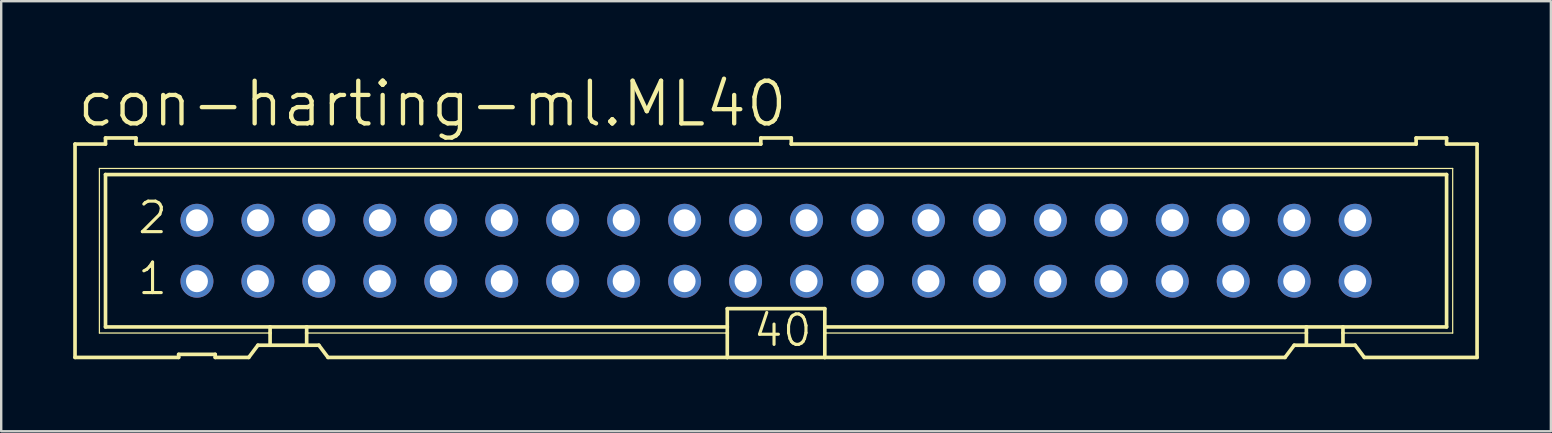
<source format=kicad_pcb>
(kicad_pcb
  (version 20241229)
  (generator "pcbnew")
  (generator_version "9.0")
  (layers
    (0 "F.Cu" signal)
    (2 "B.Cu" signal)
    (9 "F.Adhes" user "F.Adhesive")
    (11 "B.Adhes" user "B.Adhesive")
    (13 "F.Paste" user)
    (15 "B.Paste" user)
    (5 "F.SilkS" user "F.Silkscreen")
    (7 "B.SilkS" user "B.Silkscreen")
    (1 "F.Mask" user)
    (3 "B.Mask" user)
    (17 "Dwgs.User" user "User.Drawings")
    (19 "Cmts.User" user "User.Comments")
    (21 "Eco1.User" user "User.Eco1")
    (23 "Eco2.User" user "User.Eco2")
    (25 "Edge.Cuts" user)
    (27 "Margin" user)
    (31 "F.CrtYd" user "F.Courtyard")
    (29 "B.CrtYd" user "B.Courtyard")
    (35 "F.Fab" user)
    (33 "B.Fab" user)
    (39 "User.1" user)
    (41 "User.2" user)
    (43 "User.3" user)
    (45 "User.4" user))
  (footprint "con-harting-ml.ML40"
    (layer "F.Cu")
    (at 29.286 7.398)
    (property "Reference" "con-harting-ml.ML40" (at -29.21 -5.08 0) (layer "F.SilkS") (effects (font (size 1.778 1.778) (thickness 0.18)) (justify left bottom)))
    (attr through_hole)
    (fp_line (start -29.21 -4.445) (end -29.21 4.445) (stroke (width 0.152) (type default)) (layer "F.SilkS"))
    (fp_line (start -29.21 -4.445) (end -27.94 -4.445) (stroke (width 0.152) (type default)) (layer "F.SilkS"))
    (fp_line (start -29.21 4.445) (end -24.892 4.445) (stroke (width 0.152) (type default)) (layer "F.SilkS"))
    (fp_line (start -28.194 -3.429) (end -28.194 3.429) (stroke (width 0.051) (type default)) (layer "F.SilkS"))
    (fp_line (start -28.194 3.429) (end -21.082 3.429) (stroke (width 0.051) (type default)) (layer "F.SilkS"))
    (fp_line (start -27.94 -4.699) (end -27.94 -4.445) (stroke (width 0.152) (type default)) (layer "F.SilkS"))
    (fp_line (start -27.94 -3.175) (end -27.94 3.175) (stroke (width 0.152) (type default)) (layer "F.SilkS"))
    (fp_line (start -27.94 -3.175) (end 27.94 -3.175) (stroke (width 0.152) (type default)) (layer "F.SilkS"))
    (fp_line (start -26.67 -4.699) (end -27.94 -4.699) (stroke (width 0.152) (type default)) (layer "F.SilkS"))
    (fp_line (start -26.67 -4.699) (end -26.67 -4.445) (stroke (width 0.152) (type default)) (layer "F.SilkS"))
    (fp_line (start -26.67 -4.445) (end -0.635 -4.445) (stroke (width 0.152) (type default)) (layer "F.SilkS"))
    (fp_line (start -24.892 4.318) (end -24.892 4.445) (stroke (width 0.152) (type default)) (layer "F.SilkS"))
    (fp_line (start -24.892 4.318) (end -23.368 4.318) (stroke (width 0.152) (type default)) (layer "F.SilkS"))
    (fp_line (start -23.368 4.445) (end -23.368 4.318) (stroke (width 0.152) (type default)) (layer "F.SilkS"))
    (fp_line (start -23.368 4.445) (end -21.971 4.445) (stroke (width 0.152) (type default)) (layer "F.SilkS"))
    (fp_line (start -21.971 4.445) (end -21.59 3.937) (stroke (width 0.152) (type default)) (layer "F.SilkS"))
    (fp_line (start -21.082 3.175) (end -27.94 3.175) (stroke (width 0.152) (type default)) (layer "F.SilkS"))
    (fp_line (start -21.082 3.175) (end -21.082 3.429) (stroke (width 0.152) (type default)) (layer "F.SilkS"))
    (fp_line (start -21.082 3.429) (end -21.082 3.937) (stroke (width 0.152) (type default)) (layer "F.SilkS"))
    (fp_line (start -21.082 3.937) (end -21.59 3.937) (stroke (width 0.152) (type default)) (layer "F.SilkS"))
    (fp_line (start -19.558 3.175) (end -21.082 3.175) (stroke (width 0.152) (type default)) (layer "F.SilkS"))
    (fp_line (start -19.558 3.175) (end -19.558 3.429) (stroke (width 0.152) (type default)) (layer "F.SilkS"))
    (fp_line (start -19.558 3.429) (end -19.558 3.937) (stroke (width 0.152) (type default)) (layer "F.SilkS"))
    (fp_line (start -19.558 3.429) (end -2.032 3.429) (stroke (width 0.051) (type default)) (layer "F.SilkS"))
    (fp_line (start -19.558 3.937) (end -21.082 3.937) (stroke (width 0.152) (type default)) (layer "F.SilkS"))
    (fp_line (start -19.05 3.937) (end -19.558 3.937) (stroke (width 0.152) (type default)) (layer "F.SilkS"))
    (fp_line (start -19.05 3.937) (end -18.669 4.445) (stroke (width 0.152) (type default)) (layer "F.SilkS"))
    (fp_line (start -18.669 4.445) (end -2.032 4.445) (stroke (width 0.152) (type default)) (layer "F.SilkS"))
    (fp_line (start -2.032 3.175) (end -19.558 3.175) (stroke (width 0.152) (type default)) (layer "F.SilkS"))
    (fp_line (start -2.032 3.175) (end -2.032 2.413) (stroke (width 0.152) (type default)) (layer "F.SilkS"))
    (fp_line (start -2.032 3.175) (end -2.032 3.429) (stroke (width 0.152) (type default)) (layer "F.SilkS"))
    (fp_line (start -2.032 3.429) (end -2.032 4.445) (stroke (width 0.152) (type default)) (layer "F.SilkS"))
    (fp_line (start -0.635 -4.699) (end -0.635 -4.445) (stroke (width 0.152) (type default)) (layer "F.SilkS"))
    (fp_line (start 0.635 -4.699) (end -0.635 -4.699) (stroke (width 0.152) (type default)) (layer "F.SilkS"))
    (fp_line (start 0.635 -4.699) (end 0.635 -4.445) (stroke (width 0.152) (type default)) (layer "F.SilkS"))
    (fp_line (start 0.635 -4.445) (end 26.67 -4.445) (stroke (width 0.152) (type default)) (layer "F.SilkS"))
    (fp_line (start 2.032 2.413) (end -2.032 2.413) (stroke (width 0.152) (type default)) (layer "F.SilkS"))
    (fp_line (start 2.032 2.413) (end 2.032 3.175) (stroke (width 0.152) (type default)) (layer "F.SilkS"))
    (fp_line (start 2.032 3.175) (end 2.032 3.429) (stroke (width 0.152) (type default)) (layer "F.SilkS"))
    (fp_line (start 2.032 3.429) (end 2.032 4.445) (stroke (width 0.152) (type default)) (layer "F.SilkS"))
    (fp_line (start 2.032 4.445) (end -2.032 4.445) (stroke (width 0.152) (type default)) (layer "F.SilkS"))
    (fp_line (start 21.209 4.445) (end 2.032 4.445) (stroke (width 0.152) (type default)) (layer "F.SilkS"))
    (fp_line (start 21.209 4.445) (end 21.59 3.937) (stroke (width 0.152) (type default)) (layer "F.SilkS"))
    (fp_line (start 22.098 3.175) (end 2.032 3.175) (stroke (width 0.152) (type default)) (layer "F.SilkS"))
    (fp_line (start 22.098 3.175) (end 22.098 3.429) (stroke (width 0.152) (type default)) (layer "F.SilkS"))
    (fp_line (start 22.098 3.429) (end 2.032 3.429) (stroke (width 0.051) (type default)) (layer "F.SilkS"))
    (fp_line (start 22.098 3.429) (end 22.098 3.937) (stroke (width 0.152) (type default)) (layer "F.SilkS"))
    (fp_line (start 22.098 3.937) (end 21.59 3.937) (stroke (width 0.152) (type default)) (layer "F.SilkS"))
    (fp_line (start 23.622 3.175) (end 22.098 3.175) (stroke (width 0.152) (type default)) (layer "F.SilkS"))
    (fp_line (start 23.622 3.175) (end 23.622 3.429) (stroke (width 0.152) (type default)) (layer "F.SilkS"))
    (fp_line (start 23.622 3.429) (end 23.622 3.937) (stroke (width 0.152) (type default)) (layer "F.SilkS"))
    (fp_line (start 23.622 3.429) (end 28.194 3.429) (stroke (width 0.051) (type default)) (layer "F.SilkS"))
    (fp_line (start 23.622 3.937) (end 22.098 3.937) (stroke (width 0.152) (type default)) (layer "F.SilkS"))
    (fp_line (start 24.13 3.937) (end 23.622 3.937) (stroke (width 0.152) (type default)) (layer "F.SilkS"))
    (fp_line (start 24.13 3.937) (end 24.511 4.445) (stroke (width 0.152) (type default)) (layer "F.SilkS"))
    (fp_line (start 26.67 -4.445) (end 26.67 -4.699) (stroke (width 0.152) (type default)) (layer "F.SilkS"))
    (fp_line (start 27.94 -4.699) (end 26.67 -4.699) (stroke (width 0.152) (type default)) (layer "F.SilkS"))
    (fp_line (start 27.94 -4.445) (end 27.94 -4.699) (stroke (width 0.152) (type default)) (layer "F.SilkS"))
    (fp_line (start 27.94 -4.445) (end 29.21 -4.445) (stroke (width 0.152) (type default)) (layer "F.SilkS"))
    (fp_line (start 27.94 3.175) (end 23.622 3.175) (stroke (width 0.152) (type default)) (layer "F.SilkS"))
    (fp_line (start 27.94 3.175) (end 27.94 -3.175) (stroke (width 0.152) (type default)) (layer "F.SilkS"))
    (fp_line (start 28.194 -3.429) (end -28.194 -3.429) (stroke (width 0.051) (type default)) (layer "F.SilkS"))
    (fp_line (start 28.194 3.429) (end 28.194 -3.429) (stroke (width 0.051) (type default)) (layer "F.SilkS"))
    (fp_line (start 29.21 4.445) (end 24.511 4.445) (stroke (width 0.152) (type default)) (layer "F.SilkS"))
    (fp_line (start 29.21 4.445) (end 29.21 -4.445) (stroke (width 0.152) (type default)) (layer "F.SilkS"))
    (fp_rect (start -24.384 -1.016) (end -23.876 -1.524) (stroke (width 0.05) (type default)) (fill no) (layer "F.Fab"))
    (fp_rect (start -24.384 1.524) (end -23.876 1.016) (stroke (width 0.05) (type default)) (fill no) (layer "F.Fab"))
    (fp_rect (start -21.844 -1.016) (end -21.336 -1.524) (stroke (width 0.05) (type default)) (fill no) (layer "F.Fab"))
    (fp_rect (start -21.844 1.524) (end -21.336 1.016) (stroke (width 0.05) (type default)) (fill no) (layer "F.Fab"))
    (fp_rect (start -19.304 -1.016) (end -18.796 -1.524) (stroke (width 0.05) (type default)) (fill no) (layer "F.Fab"))
    (fp_rect (start -19.304 1.524) (end -18.796 1.016) (stroke (width 0.05) (type default)) (fill no) (layer "F.Fab"))
    (fp_rect (start -16.764 -1.016) (end -16.256 -1.524) (stroke (width 0.05) (type default)) (fill no) (layer "F.Fab"))
    (fp_rect (start -16.764 1.524) (end -16.256 1.016) (stroke (width 0.05) (type default)) (fill no) (layer "F.Fab"))
    (fp_rect (start -14.224 -1.016) (end -13.716 -1.524) (stroke (width 0.05) (type default)) (fill no) (layer "F.Fab"))
    (fp_rect (start -14.224 1.524) (end -13.716 1.016) (stroke (width 0.05) (type default)) (fill no) (layer "F.Fab"))
    (fp_rect (start -11.684 -1.016) (end -11.176 -1.524) (stroke (width 0.05) (type default)) (fill no) (layer "F.Fab"))
    (fp_rect (start -11.684 1.524) (end -11.176 1.016) (stroke (width 0.05) (type default)) (fill no) (layer "F.Fab"))
    (fp_rect (start -9.144 -1.016) (end -8.636 -1.524) (stroke (width 0.05) (type default)) (fill no) (layer "F.Fab"))
    (fp_rect (start -9.144 1.524) (end -8.636 1.016) (stroke (width 0.05) (type default)) (fill no) (layer "F.Fab"))
    (fp_rect (start -6.604 -1.016) (end -6.096 -1.524) (stroke (width 0.05) (type default)) (fill no) (layer "F.Fab"))
    (fp_rect (start -6.604 1.524) (end -6.096 1.016) (stroke (width 0.05) (type default)) (fill no) (layer "F.Fab"))
    (fp_rect (start -4.064 -1.016) (end -3.556 -1.524) (stroke (width 0.05) (type default)) (fill no) (layer "F.Fab"))
    (fp_rect (start -4.064 1.524) (end -3.556 1.016) (stroke (width 0.05) (type default)) (fill no) (layer "F.Fab"))
    (fp_rect (start -1.524 -1.016) (end -1.016 -1.524) (stroke (width 0.05) (type default)) (fill no) (layer "F.Fab"))
    (fp_rect (start -1.524 1.524) (end -1.016 1.016) (stroke (width 0.05) (type default)) (fill no) (layer "F.Fab"))
    (fp_rect (start 1.016 -1.016) (end 1.524 -1.524) (stroke (width 0.05) (type default)) (fill no) (layer "F.Fab"))
    (fp_rect (start 1.016 1.524) (end 1.524 1.016) (stroke (width 0.05) (type default)) (fill no) (layer "F.Fab"))
    (fp_rect (start 3.556 -1.016) (end 4.064 -1.524) (stroke (width 0.05) (type default)) (fill no) (layer "F.Fab"))
    (fp_rect (start 3.556 1.524) (end 4.064 1.016) (stroke (width 0.05) (type default)) (fill no) (layer "F.Fab"))
    (fp_rect (start 6.096 -1.016) (end 6.604 -1.524) (stroke (width 0.05) (type default)) (fill no) (layer "F.Fab"))
    (fp_rect (start 6.096 1.524) (end 6.604 1.016) (stroke (width 0.05) (type default)) (fill no) (layer "F.Fab"))
    (fp_rect (start 8.636 -1.016) (end 9.144 -1.524) (stroke (width 0.05) (type default)) (fill no) (layer "F.Fab"))
    (fp_rect (start 8.636 1.524) (end 9.144 1.016) (stroke (width 0.05) (type default)) (fill no) (layer "F.Fab"))
    (fp_rect (start 11.176 -1.016) (end 11.684 -1.524) (stroke (width 0.05) (type default)) (fill no) (layer "F.Fab"))
    (fp_rect (start 11.176 1.524) (end 11.684 1.016) (stroke (width 0.05) (type default)) (fill no) (layer "F.Fab"))
    (fp_rect (start 13.716 -1.016) (end 14.224 -1.524) (stroke (width 0.05) (type default)) (fill no) (layer "F.Fab"))
    (fp_rect (start 13.716 1.524) (end 14.224 1.016) (stroke (width 0.05) (type default)) (fill no) (layer "F.Fab"))
    (fp_rect (start 16.256 -1.016) (end 16.764 -1.524) (stroke (width 0.05) (type default)) (fill no) (layer "F.Fab"))
    (fp_rect (start 16.256 1.524) (end 16.764 1.016) (stroke (width 0.05) (type default)) (fill no) (layer "F.Fab"))
    (fp_rect (start 18.796 -1.016) (end 19.304 -1.524) (stroke (width 0.05) (type default)) (fill no) (layer "F.Fab"))
    (fp_rect (start 18.796 1.524) (end 19.304 1.016) (stroke (width 0.05) (type default)) (fill no) (layer "F.Fab"))
    (fp_rect (start 21.336 -1.016) (end 21.844 -1.524) (stroke (width 0.05) (type default)) (fill no) (layer "F.Fab"))
    (fp_rect (start 21.336 1.524) (end 21.844 1.016) (stroke (width 0.05) (type default)) (fill no) (layer "F.Fab"))
    (fp_rect (start 23.876 -1.016) (end 24.384 -1.524) (stroke (width 0.05) (type default)) (fill no) (layer "F.Fab"))
    (fp_rect (start 23.876 1.524) (end 24.384 1.016) (stroke (width 0.05) (type default)) (fill no) (layer "F.Fab"))
    (fp_text user "2" (at -26.67 -0.635 0) (layer "F.SilkS") (effects (font (size 1.27 1.27) (thickness 0.13)) (justify left bottom)))
    (fp_text user "40" (at -1.016 4.064 0) (layer "F.SilkS") (effects (font (size 1.27 1.27) (thickness 0.13)) (justify left bottom)))
    (fp_text user "1" (at -26.67 1.905 0) (layer "F.SilkS") (effects (font (size 1.27 1.27) (thickness 0.13)) (justify left bottom)))
    (pad "1" thru_hole circle (at -24.13 1.27) (size 1.372 1.372) (drill 0.914) (layers "*.Cu" "*.Mask"))
    (pad "2" thru_hole circle (at -24.13 -1.27) (size 1.372 1.372) (drill 0.914) (layers "*.Cu" "*.Mask"))
    (pad "3" thru_hole circle (at -21.59 1.27) (size 1.372 1.372) (drill 0.914) (layers "*.Cu" "*.Mask"))
    (pad "4" thru_hole circle (at -21.59 -1.27) (size 1.372 1.372) (drill 0.914) (layers "*.Cu" "*.Mask"))
    (pad "5" thru_hole circle (at -19.05 1.27) (size 1.372 1.372) (drill 0.914) (layers "*.Cu" "*.Mask"))
    (pad "6" thru_hole circle (at -19.05 -1.27) (size 1.372 1.372) (drill 0.914) (layers "*.Cu" "*.Mask"))
    (pad "7" thru_hole circle (at -16.51 1.27) (size 1.372 1.372) (drill 0.914) (layers "*.Cu" "*.Mask"))
    (pad "8" thru_hole circle (at -16.51 -1.27) (size 1.372 1.372) (drill 0.914) (layers "*.Cu" "*.Mask"))
    (pad "9" thru_hole circle (at -13.97 1.27) (size 1.372 1.372) (drill 0.914) (layers "*.Cu" "*.Mask"))
    (pad "10" thru_hole circle (at -13.97 -1.27) (size 1.372 1.372) (drill 0.914) (layers "*.Cu" "*.Mask"))
    (pad "11" thru_hole circle (at -11.43 1.27) (size 1.372 1.372) (drill 0.914) (layers "*.Cu" "*.Mask"))
    (pad "12" thru_hole circle (at -11.43 -1.27) (size 1.372 1.372) (drill 0.914) (layers "*.Cu" "*.Mask"))
    (pad "13" thru_hole circle (at -8.89 1.27) (size 1.372 1.372) (drill 0.914) (layers "*.Cu" "*.Mask"))
    (pad "14" thru_hole circle (at -8.89 -1.27) (size 1.372 1.372) (drill 0.914) (layers "*.Cu" "*.Mask"))
    (pad "15" thru_hole circle (at -6.35 1.27) (size 1.372 1.372) (drill 0.914) (layers "*.Cu" "*.Mask"))
    (pad "16" thru_hole circle (at -6.35 -1.27) (size 1.372 1.372) (drill 0.914) (layers "*.Cu" "*.Mask"))
    (pad "17" thru_hole circle (at -3.81 1.27) (size 1.372 1.372) (drill 0.914) (layers "*.Cu" "*.Mask"))
    (pad "18" thru_hole circle (at -3.81 -1.27) (size 1.372 1.372) (drill 0.914) (layers "*.Cu" "*.Mask"))
    (pad "19" thru_hole circle (at -1.27 1.27) (size 1.372 1.372) (drill 0.914) (layers "*.Cu" "*.Mask"))
    (pad "20" thru_hole circle (at -1.27 -1.27) (size 1.372 1.372) (drill 0.914) (layers "*.Cu" "*.Mask"))
    (pad "21" thru_hole circle (at 1.27 1.27) (size 1.372 1.372) (drill 0.914) (layers "*.Cu" "*.Mask"))
    (pad "22" thru_hole circle (at 1.27 -1.27) (size 1.372 1.372) (drill 0.914) (layers "*.Cu" "*.Mask"))
    (pad "23" thru_hole circle (at 3.81 1.27) (size 1.372 1.372) (drill 0.914) (layers "*.Cu" "*.Mask"))
    (pad "24" thru_hole circle (at 3.81 -1.27) (size 1.372 1.372) (drill 0.914) (layers "*.Cu" "*.Mask"))
    (pad "25" thru_hole circle (at 6.35 1.27) (size 1.372 1.372) (drill 0.914) (layers "*.Cu" "*.Mask"))
    (pad "26" thru_hole circle (at 6.35 -1.27) (size 1.372 1.372) (drill 0.914) (layers "*.Cu" "*.Mask"))
    (pad "27" thru_hole circle (at 8.89 1.27) (size 1.372 1.372) (drill 0.914) (layers "*.Cu" "*.Mask"))
    (pad "28" thru_hole circle (at 8.89 -1.27) (size 1.372 1.372) (drill 0.914) (layers "*.Cu" "*.Mask"))
    (pad "29" thru_hole circle (at 11.43 1.27) (size 1.372 1.372) (drill 0.914) (layers "*.Cu" "*.Mask"))
    (pad "30" thru_hole circle (at 11.43 -1.27) (size 1.372 1.372) (drill 0.914) (layers "*.Cu" "*.Mask"))
    (pad "31" thru_hole circle (at 13.97 1.27) (size 1.372 1.372) (drill 0.914) (layers "*.Cu" "*.Mask"))
    (pad "32" thru_hole circle (at 13.97 -1.27) (size 1.372 1.372) (drill 0.914) (layers "*.Cu" "*.Mask"))
    (pad "33" thru_hole circle (at 16.51 1.27) (size 1.372 1.372) (drill 0.914) (layers "*.Cu" "*.Mask"))
    (pad "34" thru_hole circle (at 16.51 -1.27) (size 1.372 1.372) (drill 0.914) (layers "*.Cu" "*.Mask"))
    (pad "35" thru_hole circle (at 19.05 1.27) (size 1.372 1.372) (drill 0.914) (layers "*.Cu" "*.Mask"))
    (pad "36" thru_hole circle (at 19.05 -1.27) (size 1.372 1.372) (drill 0.914) (layers "*.Cu" "*.Mask"))
    (pad "37" thru_hole circle (at 21.59 1.27) (size 1.372 1.372) (drill 0.914) (layers "*.Cu" "*.Mask"))
    (pad "38" thru_hole circle (at 21.59 -1.27) (size 1.372 1.372) (drill 0.914) (layers "*.Cu" "*.Mask"))
    (pad "39" thru_hole circle (at 24.13 1.27) (size 1.372 1.372) (drill 0.914) (layers "*.Cu" "*.Mask"))
    (pad "40" thru_hole circle (at 24.13 -1.27) (size 1.372 1.372) (drill 0.914) (layers "*.Cu" "*.Mask")))
  (gr_rect
    (start -3 -3)
    (end 61.572 14.919)
    (stroke (width 0.1) (type default))
    (fill no)
    (layer "Edge.Cuts")))
</source>
